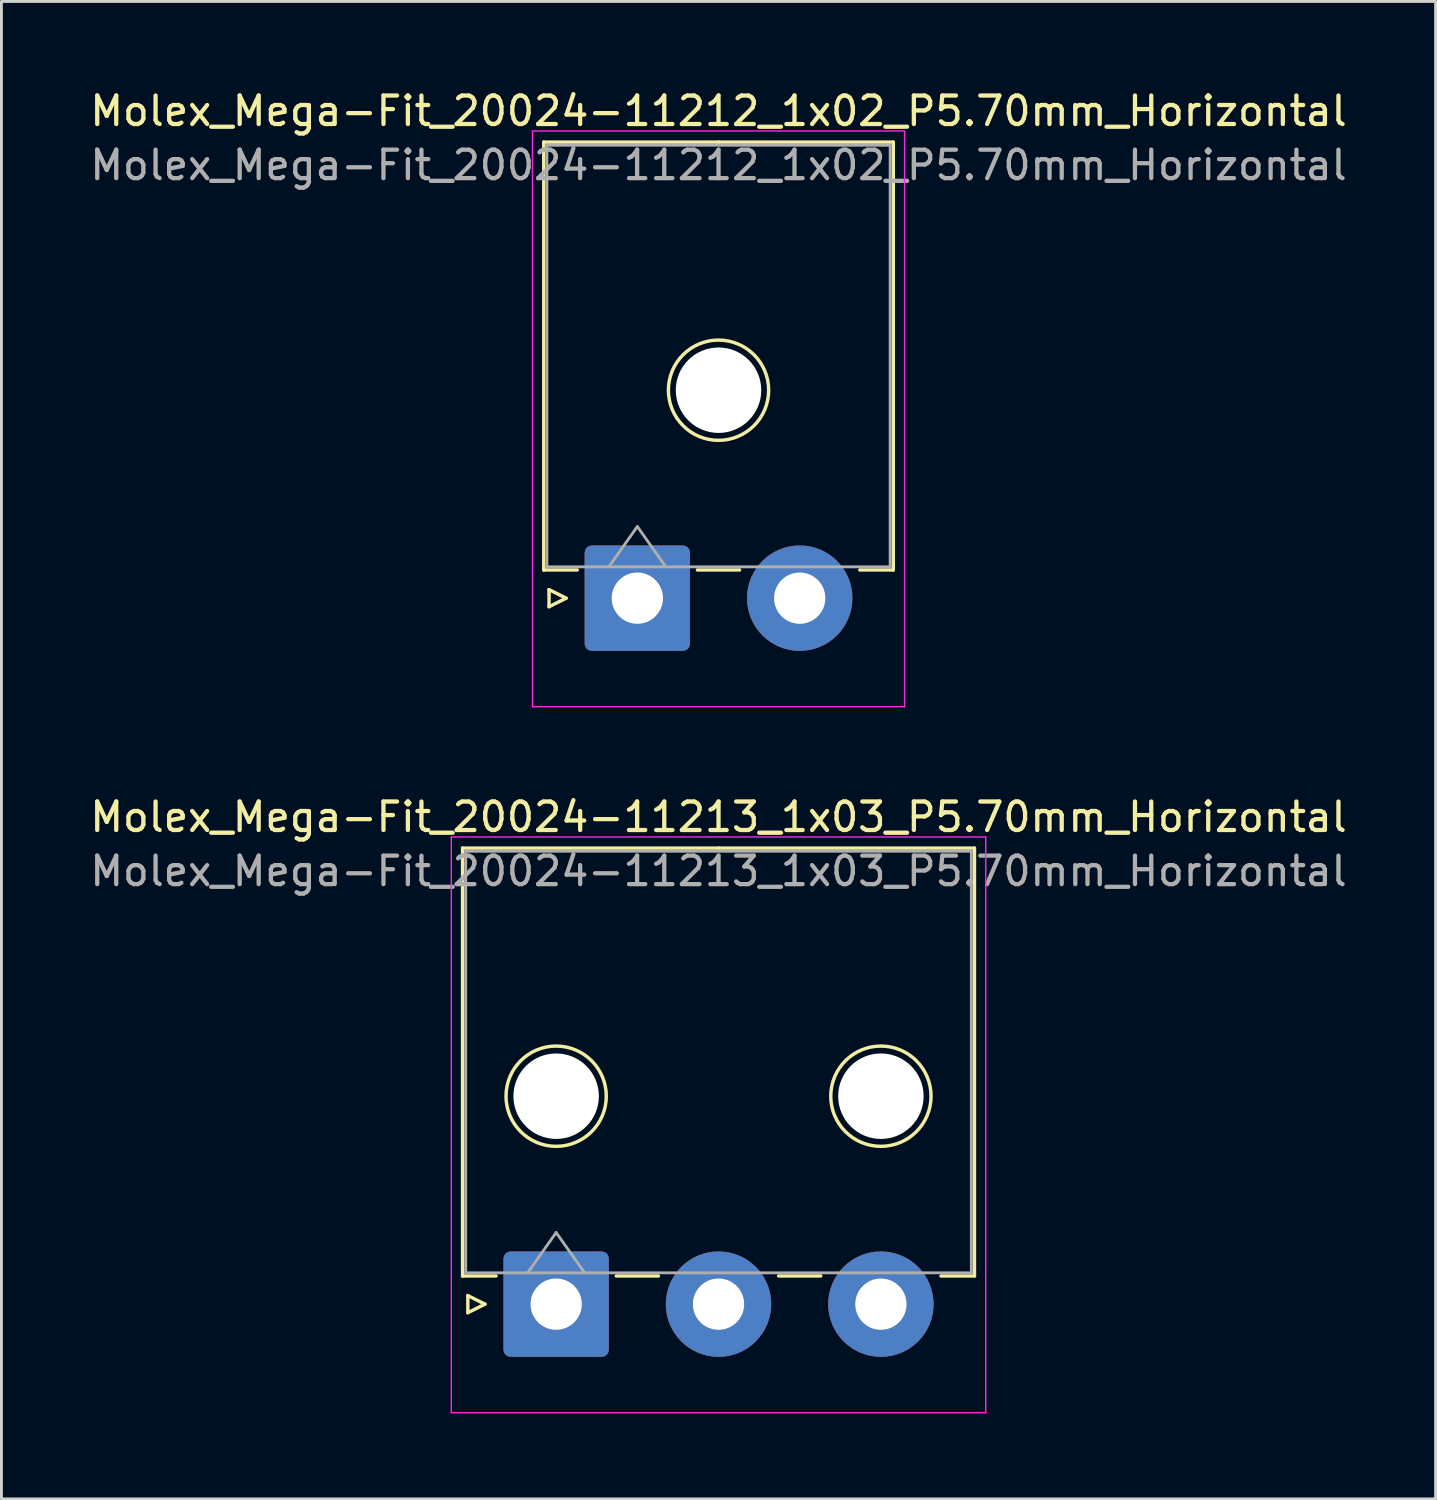
<source format=kicad_pcb>
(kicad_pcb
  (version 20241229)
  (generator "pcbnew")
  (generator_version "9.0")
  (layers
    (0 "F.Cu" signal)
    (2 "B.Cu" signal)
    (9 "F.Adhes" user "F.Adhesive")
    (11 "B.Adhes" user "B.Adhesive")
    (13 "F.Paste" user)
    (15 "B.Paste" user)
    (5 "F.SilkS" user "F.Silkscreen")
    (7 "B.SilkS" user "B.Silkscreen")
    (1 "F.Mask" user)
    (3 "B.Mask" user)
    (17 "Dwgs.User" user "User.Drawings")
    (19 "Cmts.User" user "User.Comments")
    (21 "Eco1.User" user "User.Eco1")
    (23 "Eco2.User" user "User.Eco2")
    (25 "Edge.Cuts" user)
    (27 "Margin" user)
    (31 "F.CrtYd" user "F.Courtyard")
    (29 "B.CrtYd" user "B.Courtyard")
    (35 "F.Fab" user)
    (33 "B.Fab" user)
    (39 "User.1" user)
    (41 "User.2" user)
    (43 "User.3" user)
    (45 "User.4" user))
  (footprint "Molex_Mega-Fit_20024-11213_1x03_P5.70mm_Horizontal"
    (layer "F.Cu")
    (at 16.473 42.731)
    (property "Reference" "Molex_Mega-Fit_20024-11213_1x03_P5.70mm_Horizontal" (at 5.7 -17.1 0) (layer "F.SilkS") (effects (font (size 1 1) (thickness 0.15))))
    (attr through_hole)
    (fp_line (start -3.285 -16.01) (end -3.285 -0.99) (stroke (width 0.12) (type solid)) (layer "F.SilkS"))
    (fp_line (start -3.285 -0.99) (end -2.11 -0.99) (stroke (width 0.12) (type solid)) (layer "F.SilkS"))
    (fp_line (start -3.1 -0.3) (end -2.5 0) (stroke (width 0.12) (type solid)) (layer "F.SilkS"))
    (fp_line (start -3.1 0.3) (end -3.1 -0.3) (stroke (width 0.12) (type solid)) (layer "F.SilkS"))
    (fp_line (start -2.5 0) (end -3.1 0.3) (stroke (width 0.12) (type solid)) (layer "F.SilkS"))
    (fp_line (start 2.11 -0.99) (end 3.59 -0.99) (stroke (width 0.12) (type solid)) (layer "F.SilkS"))
    (fp_line (start 5.7 -16.01) (end -3.285 -16.01) (stroke (width 0.12) (type solid)) (layer "F.SilkS"))
    (fp_line (start 5.7 -16.01) (end 14.685 -16.01) (stroke (width 0.12) (type solid)) (layer "F.SilkS"))
    (fp_line (start 7.81 -0.99) (end 9.29 -0.99) (stroke (width 0.12) (type solid)) (layer "F.SilkS"))
    (fp_line (start 14.685 -16.01) (end 14.685 -0.99) (stroke (width 0.12) (type solid)) (layer "F.SilkS"))
    (fp_line (start 14.685 -0.99) (end 13.51 -0.99) (stroke (width 0.12) (type solid)) (layer "F.SilkS"))
    (fp_circle (center 0 -7.3) (end 1.76 -7.3) (stroke (width 0.12) (type solid)) (fill no) (layer "F.SilkS"))
    (fp_circle (center 11.4 -7.3) (end 13.16 -7.3) (stroke (width 0.12) (type solid)) (fill no) (layer "F.SilkS"))
    (fp_line (start -3.68 -16.4) (end -3.68 3.81) (stroke (width 0.05) (type solid)) (layer "F.CrtYd"))
    (fp_line (start -3.68 3.81) (end 15.08 3.81) (stroke (width 0.05) (type solid)) (layer "F.CrtYd"))
    (fp_line (start 15.08 -16.4) (end -3.68 -16.4) (stroke (width 0.05) (type solid)) (layer "F.CrtYd"))
    (fp_line (start 15.08 3.81) (end 15.08 -16.4) (stroke (width 0.05) (type solid)) (layer "F.CrtYd"))
    (fp_line (start -3.175 -15.9) (end -3.175 -1.1) (stroke (width 0.1) (type solid)) (layer "F.Fab"))
    (fp_line (start -3.175 -1.1) (end 14.575 -1.1) (stroke (width 0.1) (type solid)) (layer "F.Fab"))
    (fp_line (start -1 -1.1) (end 0 -2.514) (stroke (width 0.1) (type solid)) (layer "F.Fab"))
    (fp_line (start 0 -2.514) (end 1 -1.1) (stroke (width 0.1) (type solid)) (layer "F.Fab"))
    (fp_line (start 14.575 -15.9) (end -3.175 -15.9) (stroke (width 0.1) (type solid)) (layer "F.Fab"))
    (fp_line (start 14.575 -1.1) (end 14.575 -15.9) (stroke (width 0.1) (type solid)) (layer "F.Fab"))
    (fp_text user "${REFERENCE}" (at 5.7 -15.2 0) (layer "F.Fab") (effects (font (size 1 1) (thickness 0.15))))
    (pad "" np_thru_hole circle (at 0 -7.3) (size 3 3) (drill 3) (layers "*.Cu" "*.Mask"))
    (pad "" np_thru_hole circle (at 11.4 -7.3) (size 3 3) (drill 3) (layers "*.Cu" "*.Mask"))
    (pad "1" thru_hole roundrect (at 0 0) (size 3.7 3.7) (drill 1.8) (layers "*.Cu" "*.Mask") (roundrect_rratio 0.068))
    (pad "2" thru_hole circle (at 5.7 0) (size 3.7 3.7) (drill 1.8) (layers "*.Cu" "*.Mask"))
    (pad "3" thru_hole circle (at 11.4 0) (size 3.7 3.7) (drill 1.8) (layers "*.Cu" "*.Mask")))
  (footprint "Molex_Mega-Fit_20024-11212_1x02_P5.70mm_Horizontal"
    (layer "F.Cu")
    (at 19.323 17.948)
    (property "Reference" "Molex_Mega-Fit_20024-11212_1x02_P5.70mm_Horizontal" (at 2.85 -17.1 0) (layer "F.SilkS") (effects (font (size 1 1) (thickness 0.15))))
    (attr through_hole)
    (fp_line (start -3.285 -16.01) (end -3.285 -0.99) (stroke (width 0.12) (type solid)) (layer "F.SilkS"))
    (fp_line (start -3.285 -0.99) (end -2.11 -0.99) (stroke (width 0.12) (type solid)) (layer "F.SilkS"))
    (fp_line (start -3.1 -0.3) (end -2.5 0) (stroke (width 0.12) (type solid)) (layer "F.SilkS"))
    (fp_line (start -3.1 0.3) (end -3.1 -0.3) (stroke (width 0.12) (type solid)) (layer "F.SilkS"))
    (fp_line (start -2.5 0) (end -3.1 0.3) (stroke (width 0.12) (type solid)) (layer "F.SilkS"))
    (fp_line (start 2.11 -0.99) (end 3.59 -0.99) (stroke (width 0.12) (type solid)) (layer "F.SilkS"))
    (fp_line (start 2.85 -16.01) (end -3.285 -16.01) (stroke (width 0.12) (type solid)) (layer "F.SilkS"))
    (fp_line (start 2.85 -16.01) (end 8.985 -16.01) (stroke (width 0.12) (type solid)) (layer "F.SilkS"))
    (fp_line (start 8.985 -16.01) (end 8.985 -0.99) (stroke (width 0.12) (type solid)) (layer "F.SilkS"))
    (fp_line (start 8.985 -0.99) (end 7.81 -0.99) (stroke (width 0.12) (type solid)) (layer "F.SilkS"))
    (fp_circle (center 2.85 -7.3) (end 4.61 -7.3) (stroke (width 0.12) (type solid)) (fill no) (layer "F.SilkS"))
    (fp_line (start -3.68 -16.4) (end -3.68 3.81) (stroke (width 0.05) (type solid)) (layer "F.CrtYd"))
    (fp_line (start -3.68 3.81) (end 9.38 3.81) (stroke (width 0.05) (type solid)) (layer "F.CrtYd"))
    (fp_line (start 9.38 -16.4) (end -3.68 -16.4) (stroke (width 0.05) (type solid)) (layer "F.CrtYd"))
    (fp_line (start 9.38 3.81) (end 9.38 -16.4) (stroke (width 0.05) (type solid)) (layer "F.CrtYd"))
    (fp_line (start -3.175 -15.9) (end -3.175 -1.1) (stroke (width 0.1) (type solid)) (layer "F.Fab"))
    (fp_line (start -3.175 -1.1) (end 8.875 -1.1) (stroke (width 0.1) (type solid)) (layer "F.Fab"))
    (fp_line (start -1 -1.1) (end 0 -2.514) (stroke (width 0.1) (type solid)) (layer "F.Fab"))
    (fp_line (start 0 -2.514) (end 1 -1.1) (stroke (width 0.1) (type solid)) (layer "F.Fab"))
    (fp_line (start 8.875 -15.9) (end -3.175 -15.9) (stroke (width 0.1) (type solid)) (layer "F.Fab"))
    (fp_line (start 8.875 -1.1) (end 8.875 -15.9) (stroke (width 0.1) (type solid)) (layer "F.Fab"))
    (fp_text user "${REFERENCE}" (at 2.85 -15.2 0) (layer "F.Fab") (effects (font (size 1 1) (thickness 0.15))))
    (pad "" np_thru_hole circle (at 2.85 -7.3) (size 3 3) (drill 3) (layers "*.Cu" "*.Mask"))
    (pad "1" thru_hole roundrect (at 0 0) (size 3.7 3.7) (drill 1.8) (layers "*.Cu" "*.Mask") (roundrect_rratio 0.068))
    (pad "2" thru_hole circle (at 5.7 0) (size 3.7 3.7) (drill 1.8) (layers "*.Cu" "*.Mask")))
  (gr_rect
    (start -3 -3)
    (end 47.345 49.566)
    (stroke (width 0.1) (type default))
    (fill no)
    (layer "Edge.Cuts")))
</source>
